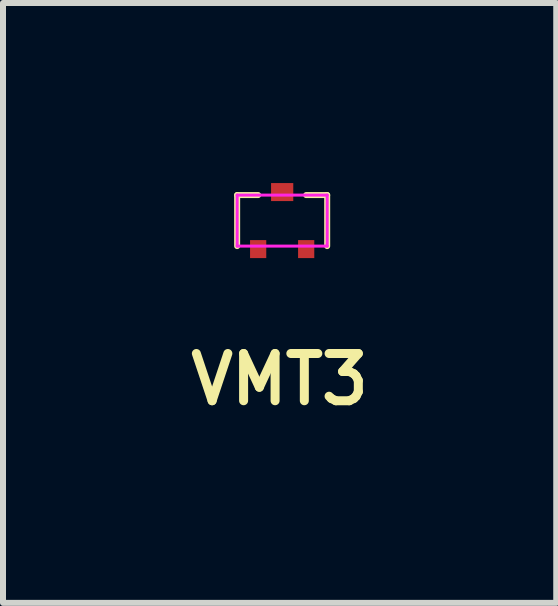
<source format=kicad_pcb>
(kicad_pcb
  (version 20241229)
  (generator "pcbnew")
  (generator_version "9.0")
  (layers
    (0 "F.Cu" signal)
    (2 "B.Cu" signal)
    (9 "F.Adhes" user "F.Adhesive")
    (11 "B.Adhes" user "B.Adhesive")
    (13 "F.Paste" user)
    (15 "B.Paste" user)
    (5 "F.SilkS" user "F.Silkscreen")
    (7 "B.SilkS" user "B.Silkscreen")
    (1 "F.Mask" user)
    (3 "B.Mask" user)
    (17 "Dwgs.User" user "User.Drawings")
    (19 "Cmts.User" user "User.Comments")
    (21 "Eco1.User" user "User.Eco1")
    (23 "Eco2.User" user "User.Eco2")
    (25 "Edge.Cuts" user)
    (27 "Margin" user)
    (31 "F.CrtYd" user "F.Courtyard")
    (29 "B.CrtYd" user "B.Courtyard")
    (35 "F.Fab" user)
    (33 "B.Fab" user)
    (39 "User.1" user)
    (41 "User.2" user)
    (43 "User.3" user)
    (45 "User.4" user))
  (footprint "VMT3"
    (layer "F.Cu")
    (at 1.251 1.25)
    (property "Reference" "VMT3" (at 0.357 2.02 0) (layer "F.SilkS") (effects (font (size 0.787 0.787) (thickness 0.15))))
    (attr smd)
    (fp_line (start -0.35 -1.05) (end -0.35 -0.2) (stroke (width 0.1) (type default)) (layer "F.SilkS"))
    (fp_line (start 0 -1.05) (end -0.35 -1.05) (stroke (width 0.1) (type default)) (layer "F.SilkS"))
    (fp_line (start 1.15 -1.05) (end 0.8 -1.05) (stroke (width 0.1) (type default)) (layer "F.SilkS"))
    (fp_line (start 1.15 -1.05) (end 1.15 -0.2) (stroke (width 0.1) (type default)) (layer "F.SilkS"))
    (fp_line (start -0.35 -1.05) (end -0.35 -0.2) (stroke (width 0.05) (type default)) (layer "F.CrtYd"))
    (fp_line (start -0.35 -1.05) (end 1.15 -1.05) (stroke (width 0.05) (type default)) (layer "F.CrtYd"))
    (fp_line (start 1.15 -1.05) (end 1.15 -0.2) (stroke (width 0.05) (type default)) (layer "F.CrtYd"))
    (fp_line (start 1.15 -0.2) (end -0.35 -0.2) (stroke (width 0.05) (type default)) (layer "F.CrtYd"))
    (pad "1" smd rect (at 0.4 -1.1 90) (size 0.3 0.37) (layers "F.Cu" "F.Mask" "F.Paste"))
    (pad "2" smd rect (at 0.8 -0.15 90) (size 0.3 0.27) (layers "F.Cu" "F.Mask" "F.Paste"))
    (pad "3" smd rect (at 0 -0.15 90) (size 0.3 0.27) (layers "F.Cu" "F.Mask" "F.Paste")))
  (gr_rect
    (start -3 -3)
    (end 6.217 6.994)
    (stroke (width 0.1) (type default))
    (fill no)
    (layer "Edge.Cuts")))
</source>
